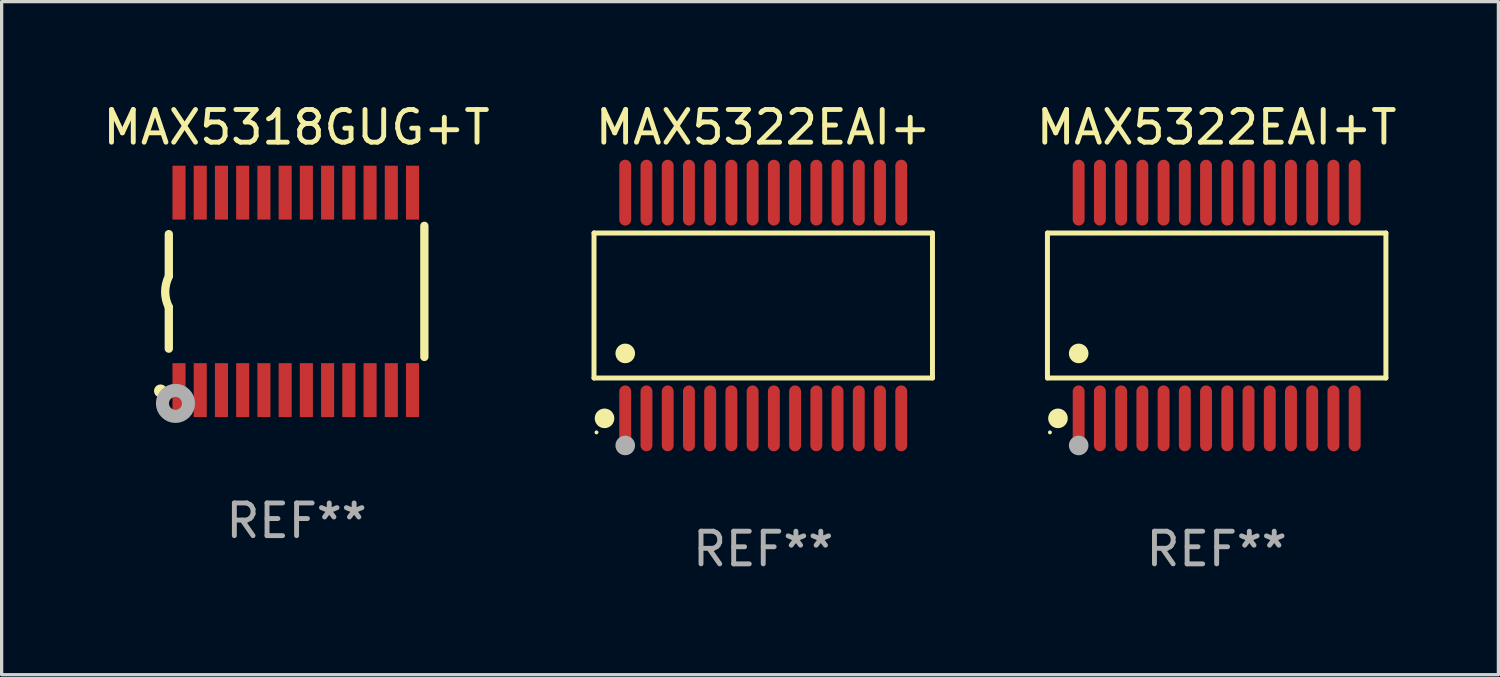
<source format=kicad_pcb>
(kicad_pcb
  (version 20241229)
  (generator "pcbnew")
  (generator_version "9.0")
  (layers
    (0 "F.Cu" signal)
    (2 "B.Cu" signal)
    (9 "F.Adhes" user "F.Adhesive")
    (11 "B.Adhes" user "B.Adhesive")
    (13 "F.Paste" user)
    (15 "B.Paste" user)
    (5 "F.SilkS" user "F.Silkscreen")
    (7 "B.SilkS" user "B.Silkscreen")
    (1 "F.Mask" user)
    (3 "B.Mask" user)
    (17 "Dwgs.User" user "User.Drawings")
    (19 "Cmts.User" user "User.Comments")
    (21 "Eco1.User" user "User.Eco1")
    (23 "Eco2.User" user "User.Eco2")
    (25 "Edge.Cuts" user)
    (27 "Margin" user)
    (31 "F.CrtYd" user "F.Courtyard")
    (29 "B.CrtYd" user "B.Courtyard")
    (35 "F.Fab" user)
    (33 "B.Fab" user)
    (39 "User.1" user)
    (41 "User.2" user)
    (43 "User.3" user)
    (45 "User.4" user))
  (footprint "MAX5322EAI+T"
    (layer "F.Cu")
    (at 34.199 6.303)
    (property "Reference" "MAX5322EAI+T" (at 0 -5.455 0) (layer "F.SilkS") (effects (font (size 1 1) (thickness 0.15))))
    (attr through_hole)
    (fp_line (start -5.181 -2.219) (end 5.181 -2.219) (stroke (width 0.152) (type solid)) (layer "F.SilkS"))
    (fp_line (start -5.181 2.219) (end -5.181 -2.219) (stroke (width 0.152) (type solid)) (layer "F.SilkS"))
    (fp_line (start 5.181 -2.219) (end 5.181 2.219) (stroke (width 0.152) (type solid)) (layer "F.SilkS"))
    (fp_line (start 5.181 2.219) (end -5.181 2.219) (stroke (width 0.152) (type solid)) (layer "F.SilkS"))
    (fp_circle (center -5.105 3.885) (end -5.075 3.885) (stroke (width 0.06) (type solid)) (fill no) (layer "F.SilkS"))
    (fp_circle (center -4.859 3.455) (end -4.709 3.455) (stroke (width 0.3) (type solid)) (fill no) (layer "F.SilkS"))
    (fp_circle (center -4.225 1.467) (end -4.075 1.467) (stroke (width 0.3) (type solid)) (fill no) (layer "F.SilkS"))
    (fp_circle (center -4.225 4.285) (end -4.075 4.285) (stroke (width 0.3) (type solid)) (fill no) (layer "F.Fab"))
    (fp_text user "REF**" (at 0 7.455 0) (layer "F.Fab") (effects (font (size 1 1) (thickness 0.15))))
    (pad "1" smd oval (at -4.225 3.455) (size 0.364 2.015) (layers "F.Cu" "F.Mask" "F.Paste"))
    (pad "2" smd oval (at -3.575 3.455) (size 0.364 2.015) (layers "F.Cu" "F.Mask" "F.Paste"))
    (pad "3" smd oval (at -2.925 3.455) (size 0.364 2.015) (layers "F.Cu" "F.Mask" "F.Paste"))
    (pad "4" smd oval (at -2.275 3.455) (size 0.364 2.015) (layers "F.Cu" "F.Mask" "F.Paste"))
    (pad "5" smd oval (at -1.625 3.455) (size 0.364 2.015) (layers "F.Cu" "F.Mask" "F.Paste"))
    (pad "6" smd oval (at -0.975 3.455) (size 0.364 2.015) (layers "F.Cu" "F.Mask" "F.Paste"))
    (pad "7" smd oval (at -0.325 3.455) (size 0.364 2.015) (layers "F.Cu" "F.Mask" "F.Paste"))
    (pad "8" smd oval (at 0.325 3.455) (size 0.364 2.015) (layers "F.Cu" "F.Mask" "F.Paste"))
    (pad "9" smd oval (at 0.975 3.455) (size 0.364 2.015) (layers "F.Cu" "F.Mask" "F.Paste"))
    (pad "10" smd oval (at 1.625 3.455) (size 0.364 2.015) (layers "F.Cu" "F.Mask" "F.Paste"))
    (pad "11" smd oval (at 2.275 3.455) (size 0.364 2.015) (layers "F.Cu" "F.Mask" "F.Paste"))
    (pad "12" smd oval (at 2.925 3.455) (size 0.364 2.015) (layers "F.Cu" "F.Mask" "F.Paste"))
    (pad "13" smd oval (at 3.575 3.455) (size 0.364 2.015) (layers "F.Cu" "F.Mask" "F.Paste"))
    (pad "14" smd oval (at 4.225 3.455) (size 0.364 2.015) (layers "F.Cu" "F.Mask" "F.Paste"))
    (pad "15" smd oval (at 4.225 -3.455) (size 0.364 2.015) (layers "F.Cu" "F.Mask" "F.Paste"))
    (pad "16" smd oval (at 3.575 -3.455) (size 0.364 2.015) (layers "F.Cu" "F.Mask" "F.Paste"))
    (pad "17" smd oval (at 2.925 -3.455) (size 0.364 2.015) (layers "F.Cu" "F.Mask" "F.Paste"))
    (pad "18" smd oval (at 2.275 -3.455) (size 0.364 2.015) (layers "F.Cu" "F.Mask" "F.Paste"))
    (pad "19" smd oval (at 1.625 -3.455) (size 0.364 2.015) (layers "F.Cu" "F.Mask" "F.Paste"))
    (pad "20" smd oval (at 0.975 -3.455) (size 0.364 2.015) (layers "F.Cu" "F.Mask" "F.Paste"))
    (pad "21" smd oval (at 0.325 -3.455) (size 0.364 2.015) (layers "F.Cu" "F.Mask" "F.Paste"))
    (pad "22" smd oval (at -0.325 -3.455) (size 0.364 2.015) (layers "F.Cu" "F.Mask" "F.Paste"))
    (pad "23" smd oval (at -0.975 -3.455) (size 0.364 2.015) (layers "F.Cu" "F.Mask" "F.Paste"))
    (pad "24" smd oval (at -1.625 -3.455) (size 0.364 2.015) (layers "F.Cu" "F.Mask" "F.Paste"))
    (pad "25" smd oval (at -2.275 -3.455) (size 0.364 2.015) (layers "F.Cu" "F.Mask" "F.Paste"))
    (pad "26" smd oval (at -2.925 -3.455) (size 0.364 2.015) (layers "F.Cu" "F.Mask" "F.Paste"))
    (pad "27" smd oval (at -3.575 -3.455) (size 0.364 2.015) (layers "F.Cu" "F.Mask" "F.Paste"))
    (pad "28" smd oval (at -4.225 -3.455) (size 0.364 2.015) (layers "F.Cu" "F.Mask" "F.Paste")))
  (footprint "MAX5318GUG+T"
    (layer "F.Cu")
    (at 6.03 5.871)
    (property "Reference" "MAX5318GUG+T" (at 0 -5.023 0) (layer "F.SilkS") (effects (font (size 1 1) (thickness 0.15))))
    (attr through_hole)
    (fp_line (start -3.912 -0.483) (end -3.912 -1.753) (stroke (width 0.254) (type solid)) (layer "F.SilkS"))
    (fp_line (start -3.912 1.753) (end -3.912 0.483) (stroke (width 0.254) (type solid)) (layer "F.SilkS"))
    (fp_line (start 3.912 -2.007) (end 3.912 2.007) (stroke (width 0.254) (type solid)) (layer "F.SilkS"))
    (fp_arc (start -3.911608 0.482601) (mid -4.022537 0.0127) (end -3.911608 -0.457201) (stroke (width 0.254001) (type solid)) (layer "F.SilkS"))
    (fp_circle (center -4.166 3.048) (end -4.066 3.048) (stroke (width 0.2) (type solid)) (fill no) (layer "F.SilkS"))
    (fp_circle (center -3.925 3.186) (end -3.895 3.186) (stroke (width 0.06) (type solid)) (fill no) (layer "F.SilkS"))
    (fp_circle (center -3.708 3.429) (end -3.509 3.429) (stroke (width 0.4) (type solid)) (fill no) (layer "F.Fab"))
    (fp_text user "REF**" (at 0 7.023 0) (layer "F.Fab") (effects (font (size 1 1) (thickness 0.15))))
    (pad "1" smd rect (at -3.6 3.023) (size 0.4 1.65) (layers "F.Cu" "F.Mask" "F.Paste"))
    (pad "2" smd rect (at -2.95 3.023) (size 0.4 1.65) (layers "F.Cu" "F.Mask" "F.Paste"))
    (pad "3" smd rect (at -2.3 3.023) (size 0.4 1.65) (layers "F.Cu" "F.Mask" "F.Paste"))
    (pad "4" smd rect (at -1.65 3.023) (size 0.4 1.65) (layers "F.Cu" "F.Mask" "F.Paste"))
    (pad "5" smd rect (at -1 3.023) (size 0.4 1.65) (layers "F.Cu" "F.Mask" "F.Paste"))
    (pad "6" smd rect (at -0.35 3.023) (size 0.4 1.65) (layers "F.Cu" "F.Mask" "F.Paste"))
    (pad "7" smd rect (at 0.299 3.023) (size 0.4 1.65) (layers "F.Cu" "F.Mask" "F.Paste"))
    (pad "8" smd rect (at 0.95 3.023) (size 0.4 1.65) (layers "F.Cu" "F.Mask" "F.Paste"))
    (pad "9" smd rect (at 1.6 3.023) (size 0.4 1.65) (layers "F.Cu" "F.Mask" "F.Paste"))
    (pad "10" smd rect (at 2.25 3.023) (size 0.4 1.65) (layers "F.Cu" "F.Mask" "F.Paste"))
    (pad "11" smd rect (at 2.9 3.023) (size 0.4 1.65) (layers "F.Cu" "F.Mask" "F.Paste"))
    (pad "12" smd rect (at 3.549 3.023) (size 0.4 1.65) (layers "F.Cu" "F.Mask" "F.Paste"))
    (pad "13" smd rect (at 3.549 -3.023) (size 0.4 1.65) (layers "F.Cu" "F.Mask" "F.Paste"))
    (pad "14" smd rect (at 2.9 -3.023) (size 0.4 1.65) (layers "F.Cu" "F.Mask" "F.Paste"))
    (pad "15" smd rect (at 2.25 -3.023) (size 0.4 1.65) (layers "F.Cu" "F.Mask" "F.Paste"))
    (pad "16" smd rect (at 1.6 -3.023) (size 0.4 1.65) (layers "F.Cu" "F.Mask" "F.Paste"))
    (pad "17" smd rect (at 0.95 -3.023) (size 0.4 1.65) (layers "F.Cu" "F.Mask" "F.Paste"))
    (pad "18" smd rect (at 0.299 -3.023) (size 0.4 1.65) (layers "F.Cu" "F.Mask" "F.Paste"))
    (pad "19" smd rect (at -0.35 -3.023) (size 0.4 1.65) (layers "F.Cu" "F.Mask" "F.Paste"))
    (pad "20" smd rect (at -1 -3.023) (size 0.4 1.65) (layers "F.Cu" "F.Mask" "F.Paste"))
    (pad "21" smd rect (at -1.65 -3.023) (size 0.4 1.65) (layers "F.Cu" "F.Mask" "F.Paste"))
    (pad "22" smd rect (at -2.3 -3.023) (size 0.4 1.65) (layers "F.Cu" "F.Mask" "F.Paste"))
    (pad "23" smd rect (at -2.95 -3.023) (size 0.4 1.65) (layers "F.Cu" "F.Mask" "F.Paste"))
    (pad "24" smd rect (at -3.6 -3.023) (size 0.4 1.65) (layers "F.Cu" "F.Mask" "F.Paste")))
  (footprint "MAX5322EAI+"
    (layer "F.Cu")
    (at 20.317 6.303)
    (property "Reference" "MAX5322EAI+" (at 0 -5.455 0) (layer "F.SilkS") (effects (font (size 1 1) (thickness 0.15))))
    (attr through_hole)
    (fp_line (start -5.181 -2.219) (end 5.181 -2.219) (stroke (width 0.152) (type solid)) (layer "F.SilkS"))
    (fp_line (start -5.181 2.219) (end -5.181 -2.219) (stroke (width 0.152) (type solid)) (layer "F.SilkS"))
    (fp_line (start 5.181 -2.219) (end 5.181 2.219) (stroke (width 0.152) (type solid)) (layer "F.SilkS"))
    (fp_line (start 5.181 2.219) (end -5.181 2.219) (stroke (width 0.152) (type solid)) (layer "F.SilkS"))
    (fp_circle (center -5.105 3.885) (end -5.075 3.885) (stroke (width 0.06) (type solid)) (fill no) (layer "F.SilkS"))
    (fp_circle (center -4.859 3.455) (end -4.709 3.455) (stroke (width 0.3) (type solid)) (fill no) (layer "F.SilkS"))
    (fp_circle (center -4.225 1.467) (end -4.075 1.467) (stroke (width 0.3) (type solid)) (fill no) (layer "F.SilkS"))
    (fp_circle (center -4.225 4.285) (end -4.075 4.285) (stroke (width 0.3) (type solid)) (fill no) (layer "F.Fab"))
    (fp_text user "REF**" (at 0 7.455 0) (layer "F.Fab") (effects (font (size 1 1) (thickness 0.15))))
    (pad "1" smd oval (at -4.225 3.455) (size 0.364 2.015) (layers "F.Cu" "F.Mask" "F.Paste"))
    (pad "2" smd oval (at -3.575 3.455) (size 0.364 2.015) (layers "F.Cu" "F.Mask" "F.Paste"))
    (pad "3" smd oval (at -2.925 3.455) (size 0.364 2.015) (layers "F.Cu" "F.Mask" "F.Paste"))
    (pad "4" smd oval (at -2.275 3.455) (size 0.364 2.015) (layers "F.Cu" "F.Mask" "F.Paste"))
    (pad "5" smd oval (at -1.625 3.455) (size 0.364 2.015) (layers "F.Cu" "F.Mask" "F.Paste"))
    (pad "6" smd oval (at -0.975 3.455) (size 0.364 2.015) (layers "F.Cu" "F.Mask" "F.Paste"))
    (pad "7" smd oval (at -0.325 3.455) (size 0.364 2.015) (layers "F.Cu" "F.Mask" "F.Paste"))
    (pad "8" smd oval (at 0.325 3.455) (size 0.364 2.015) (layers "F.Cu" "F.Mask" "F.Paste"))
    (pad "9" smd oval (at 0.975 3.455) (size 0.364 2.015) (layers "F.Cu" "F.Mask" "F.Paste"))
    (pad "10" smd oval (at 1.625 3.455) (size 0.364 2.015) (layers "F.Cu" "F.Mask" "F.Paste"))
    (pad "11" smd oval (at 2.275 3.455) (size 0.364 2.015) (layers "F.Cu" "F.Mask" "F.Paste"))
    (pad "12" smd oval (at 2.925 3.455) (size 0.364 2.015) (layers "F.Cu" "F.Mask" "F.Paste"))
    (pad "13" smd oval (at 3.575 3.455) (size 0.364 2.015) (layers "F.Cu" "F.Mask" "F.Paste"))
    (pad "14" smd oval (at 4.225 3.455) (size 0.364 2.015) (layers "F.Cu" "F.Mask" "F.Paste"))
    (pad "15" smd oval (at 4.225 -3.455) (size 0.364 2.015) (layers "F.Cu" "F.Mask" "F.Paste"))
    (pad "16" smd oval (at 3.575 -3.455) (size 0.364 2.015) (layers "F.Cu" "F.Mask" "F.Paste"))
    (pad "17" smd oval (at 2.925 -3.455) (size 0.364 2.015) (layers "F.Cu" "F.Mask" "F.Paste"))
    (pad "18" smd oval (at 2.275 -3.455) (size 0.364 2.015) (layers "F.Cu" "F.Mask" "F.Paste"))
    (pad "19" smd oval (at 1.625 -3.455) (size 0.364 2.015) (layers "F.Cu" "F.Mask" "F.Paste"))
    (pad "20" smd oval (at 0.975 -3.455) (size 0.364 2.015) (layers "F.Cu" "F.Mask" "F.Paste"))
    (pad "21" smd oval (at 0.325 -3.455) (size 0.364 2.015) (layers "F.Cu" "F.Mask" "F.Paste"))
    (pad "22" smd oval (at -0.325 -3.455) (size 0.364 2.015) (layers "F.Cu" "F.Mask" "F.Paste"))
    (pad "23" smd oval (at -0.975 -3.455) (size 0.364 2.015) (layers "F.Cu" "F.Mask" "F.Paste"))
    (pad "24" smd oval (at -1.625 -3.455) (size 0.364 2.015) (layers "F.Cu" "F.Mask" "F.Paste"))
    (pad "25" smd oval (at -2.275 -3.455) (size 0.364 2.015) (layers "F.Cu" "F.Mask" "F.Paste"))
    (pad "26" smd oval (at -2.925 -3.455) (size 0.364 2.015) (layers "F.Cu" "F.Mask" "F.Paste"))
    (pad "27" smd oval (at -3.575 -3.455) (size 0.364 2.015) (layers "F.Cu" "F.Mask" "F.Paste"))
    (pad "28" smd oval (at -4.225 -3.455) (size 0.364 2.015) (layers "F.Cu" "F.Mask" "F.Paste")))
  (gr_rect
    (start -3 -3)
    (end 42.824 17.607)
    (stroke (width 0.1) (type default))
    (fill no)
    (layer "Edge.Cuts")))
</source>
